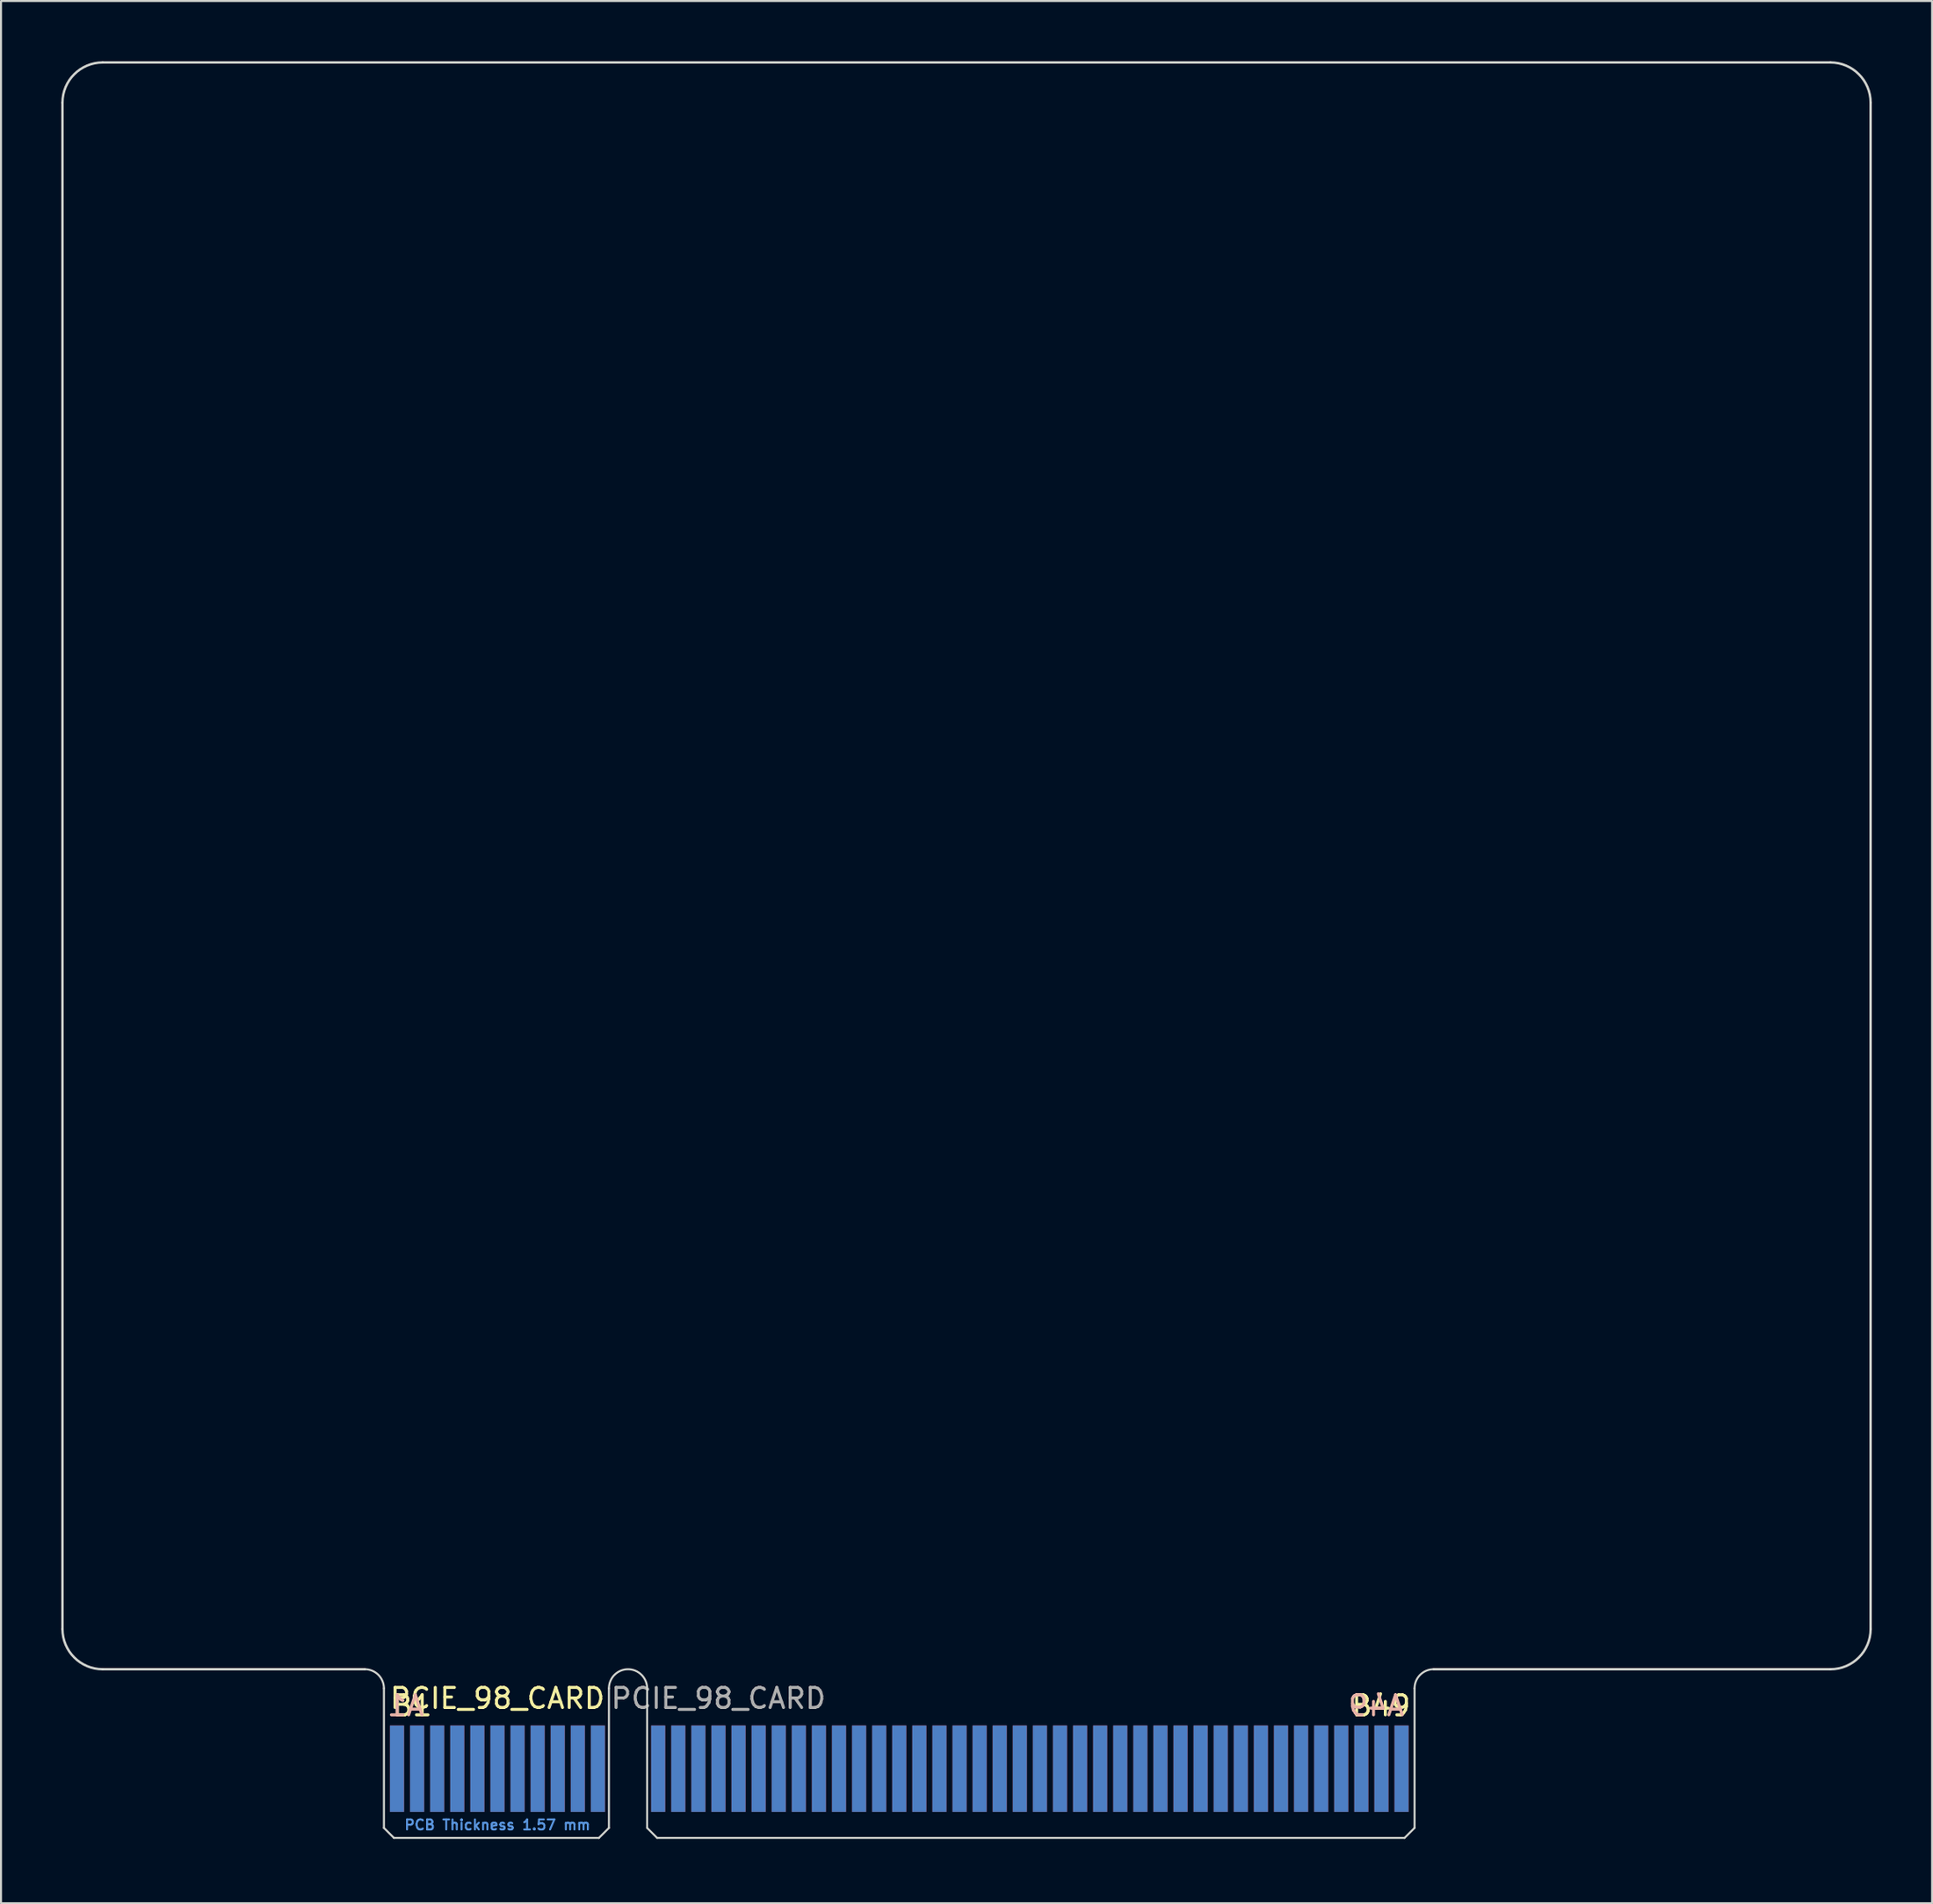
<source format=kicad_pcb>
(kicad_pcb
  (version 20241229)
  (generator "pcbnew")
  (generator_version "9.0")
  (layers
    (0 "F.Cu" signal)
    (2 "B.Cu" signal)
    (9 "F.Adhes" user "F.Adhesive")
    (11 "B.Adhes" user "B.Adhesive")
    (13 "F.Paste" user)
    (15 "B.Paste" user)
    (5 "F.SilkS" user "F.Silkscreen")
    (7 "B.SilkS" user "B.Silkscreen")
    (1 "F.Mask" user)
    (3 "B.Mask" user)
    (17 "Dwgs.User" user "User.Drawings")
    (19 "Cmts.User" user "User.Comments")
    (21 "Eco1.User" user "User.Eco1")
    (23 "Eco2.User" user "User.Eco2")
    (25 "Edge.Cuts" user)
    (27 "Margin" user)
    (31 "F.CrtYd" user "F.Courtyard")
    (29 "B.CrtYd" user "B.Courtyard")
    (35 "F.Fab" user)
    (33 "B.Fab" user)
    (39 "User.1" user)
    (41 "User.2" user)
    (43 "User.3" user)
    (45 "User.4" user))
  (footprint "PCIE_98_CARD"
    (layer "F.Cu")
    (at 28.21 88.46)
    (property "Reference" "PCIE_98_CARD" (at -6.5 -6.95 0) (layer "F.SilkS") (effects (font (size 1 1) (thickness 0.15))))
    (attr exclude_from_pos_files exclude_from_bom)
    (fp_line (start -28.15 -10.4) (end -28.15 -86.4) (stroke (width 0.12) (type default)) (layer "Edge.Cuts"))
    (fp_line (start -26.15 -88.4) (end 59.85 -88.4) (stroke (width 0.12) (type default)) (layer "Edge.Cuts"))
    (fp_line (start -13.1 -8.4) (end -26.15 -8.4) (stroke (width 0.12) (type default)) (layer "Edge.Cuts"))
    (fp_line (start -12.15 -7.45) (end -12.15 -0.5) (stroke (width 0.1) (type solid)) (layer "Edge.Cuts"))
    (fp_line (start -12.15 -0.5) (end -11.65 0) (stroke (width 0.1) (type solid)) (layer "Edge.Cuts"))
    (fp_line (start -11.65 0) (end -1.45 0) (stroke (width 0.1) (type solid)) (layer "Edge.Cuts"))
    (fp_line (start -0.95 -7.45) (end -0.95 -0.5) (stroke (width 0.1) (type solid)) (layer "Edge.Cuts"))
    (fp_line (start -0.95 -0.5) (end -1.45 0) (stroke (width 0.1) (type solid)) (layer "Edge.Cuts"))
    (fp_line (start 0.95 -7.45) (end 0.95 -0.5) (stroke (width 0.1) (type solid)) (layer "Edge.Cuts"))
    (fp_line (start 0.95 -0.5) (end 1.45 0) (stroke (width 0.1) (type solid)) (layer "Edge.Cuts"))
    (fp_line (start 1.45 0) (end 38.65 0) (stroke (width 0.1) (type solid)) (layer "Edge.Cuts"))
    (fp_line (start 39.15 -7.45) (end 39.15 -0.5) (stroke (width 0.1) (type solid)) (layer "Edge.Cuts"))
    (fp_line (start 39.15 -0.5) (end 38.65 0) (stroke (width 0.1) (type solid)) (layer "Edge.Cuts"))
    (fp_line (start 59.85 -8.4) (end 40.1 -8.4) (stroke (width 0.12) (type default)) (layer "Edge.Cuts"))
    (fp_line (start 61.85 -86.4) (end 61.85 -10.4) (stroke (width 0.12) (type default)) (layer "Edge.Cuts"))
    (fp_arc (start -28.15 -86.4) (mid -27.564214 -87.814214) (end -26.15 -88.4) (stroke (width 0.12) (type default)) (layer "Edge.Cuts"))
    (fp_arc (start -26.15 -8.4) (mid -27.564214 -8.985786) (end -28.15 -10.4) (stroke (width 0.12) (type default)) (layer "Edge.Cuts"))
    (fp_arc (start -13.1 -8.4) (mid -12.428248 -8.121752) (end -12.15 -7.45) (stroke (width 0.1) (type default)) (layer "Edge.Cuts"))
    (fp_arc (start -0.95 -7.45) (mid 0 -8.4) (end 0.95 -7.45) (stroke (width 0.1) (type solid)) (layer "Edge.Cuts"))
    (fp_arc (start 39.15 -7.45) (mid 39.428248 -8.121752) (end 40.1 -8.4) (stroke (width 0.1) (type default)) (layer "Edge.Cuts"))
    (fp_arc (start 59.85 -88.4) (mid 61.264214 -87.814214) (end 61.85 -86.4) (stroke (width 0.12) (type default)) (layer "Edge.Cuts"))
    (fp_arc (start 61.85 -10.4) (mid 61.264214 -8.985786) (end 59.85 -8.4) (stroke (width 0.12) (type default)) (layer "Edge.Cuts"))
    (fp_text user "B49" (at 35.93 -6 0) (unlocked yes) (layer "F.SilkS") (effects (font (size 1 1) (thickness 0.15)) (justify left bottom)))
    (fp_text user "B1" (at -11.82 -6 0) (unlocked yes) (layer "F.SilkS") (effects (font (size 1 1) (thickness 0.15)) (justify left bottom)))
    (fp_text user "A1" (at -10.06 -6 0) (unlocked yes) (layer "B.SilkS") (effects (font (size 1 1) (thickness 0.15)) (justify left bottom mirror)))
    (fp_text user "A49" (at 38.73 -6 0) (unlocked yes) (layer "B.SilkS") (effects (font (size 1 1) (thickness 0.15)) (justify left bottom mirror)))
    (fp_text user "PCB Thickness 1.57 mm" (at -6.5 -0.65 180) (layer "Cmts.User") (effects (font (size 0.5 0.5) (thickness 0.1))))
    (fp_text user "${REFERENCE}" (at 4.5 -6.95 0) (layer "F.Fab") (effects (font (size 1 1) (thickness 0.15))))
    (pad "A1" connect rect (at -11.5 -3.45) (size 0.7 4.3) (layers "B.Cu" "B.Mask"))
    (pad "A2" connect rect (at -10.5 -3.45) (size 0.7 4.3) (layers "B.Cu" "B.Mask"))
    (pad "A3" connect rect (at -9.5 -3.45) (size 0.7 4.3) (layers "B.Cu" "B.Mask"))
    (pad "A4" connect rect (at -8.5 -3.45) (size 0.7 4.3) (layers "B.Cu" "B.Mask"))
    (pad "A5" connect rect (at -7.5 -3.45) (size 0.7 4.3) (layers "B.Cu" "B.Mask"))
    (pad "A6" connect rect (at -6.5 -3.45) (size 0.7 4.3) (layers "B.Cu" "B.Mask"))
    (pad "A7" connect rect (at -5.5 -3.45) (size 0.7 4.3) (layers "B.Cu" "B.Mask"))
    (pad "A8" connect rect (at -4.5 -3.45) (size 0.7 4.3) (layers "B.Cu" "B.Mask"))
    (pad "A9" connect rect (at -3.5 -3.45) (size 0.7 4.3) (layers "B.Cu" "B.Mask"))
    (pad "A10" connect rect (at -2.5 -3.45) (size 0.7 4.3) (layers "B.Cu" "B.Mask"))
    (pad "A11" connect rect (at -1.5 -3.45) (size 0.7 4.3) (layers "B.Cu" "B.Mask"))
    (pad "A12" connect rect (at 1.5 -3.45) (size 0.7 4.3) (layers "B.Cu" "B.Mask"))
    (pad "A13" connect rect (at 2.5 -3.45) (size 0.7 4.3) (layers "B.Cu" "B.Mask"))
    (pad "A14" connect rect (at 3.5 -3.45) (size 0.7 4.3) (layers "B.Cu" "B.Mask"))
    (pad "A15" connect rect (at 4.5 -3.45) (size 0.7 4.3) (layers "B.Cu" "B.Mask"))
    (pad "A16" connect rect (at 5.5 -3.45) (size 0.7 4.3) (layers "B.Cu" "B.Mask"))
    (pad "A17" connect rect (at 6.5 -3.45) (size 0.7 4.3) (layers "B.Cu" "B.Mask"))
    (pad "A18" connect rect (at 7.5 -3.45) (size 0.7 4.3) (layers "B.Cu" "B.Mask"))
    (pad "A19" connect rect (at 8.5 -3.45) (size 0.7 4.3) (layers "B.Cu" "B.Mask"))
    (pad "A20" connect rect (at 9.5 -3.45) (size 0.7 4.3) (layers "B.Cu" "B.Mask"))
    (pad "A21" connect rect (at 10.5 -3.45) (size 0.7 4.3) (layers "B.Cu" "B.Mask"))
    (pad "A22" connect rect (at 11.5 -3.45) (size 0.7 4.3) (layers "B.Cu" "B.Mask"))
    (pad "A23" connect rect (at 12.5 -3.45) (size 0.7 4.3) (layers "B.Cu" "B.Mask"))
    (pad "A24" connect rect (at 13.5 -3.45) (size 0.7 4.3) (layers "B.Cu" "B.Mask"))
    (pad "A25" connect rect (at 14.5 -3.45) (size 0.7 4.3) (layers "B.Cu" "B.Mask"))
    (pad "A26" connect rect (at 15.5 -3.45) (size 0.7 4.3) (layers "B.Cu" "B.Mask"))
    (pad "A27" connect rect (at 16.5 -3.45) (size 0.7 4.3) (layers "B.Cu" "B.Mask"))
    (pad "A28" connect rect (at 17.5 -3.45) (size 0.7 4.3) (layers "B.Cu" "B.Mask"))
    (pad "A29" connect rect (at 18.5 -3.45) (size 0.7 4.3) (layers "B.Cu" "B.Mask"))
    (pad "A30" connect rect (at 19.5 -3.45) (size 0.7 4.3) (layers "B.Cu" "B.Mask"))
    (pad "A31" connect rect (at 20.5 -3.45) (size 0.7 4.3) (layers "B.Cu" "B.Mask"))
    (pad "A32" connect rect (at 21.5 -3.45) (size 0.7 4.3) (layers "B.Cu" "B.Mask"))
    (pad "A33" connect rect (at 22.5 -3.45) (size 0.7 4.3) (layers "B.Cu" "B.Mask"))
    (pad "A34" connect rect (at 23.5 -3.45) (size 0.7 4.3) (layers "B.Cu" "B.Mask"))
    (pad "A35" connect rect (at 24.5 -3.45) (size 0.7 4.3) (layers "B.Cu" "B.Mask"))
    (pad "A36" connect rect (at 25.5 -3.45) (size 0.7 4.3) (layers "B.Cu" "B.Mask"))
    (pad "A37" connect rect (at 26.5 -3.45) (size 0.7 4.3) (layers "B.Cu" "B.Mask"))
    (pad "A38" connect rect (at 27.5 -3.45) (size 0.7 4.3) (layers "B.Cu" "B.Mask"))
    (pad "A39" connect rect (at 28.5 -3.45) (size 0.7 4.3) (layers "B.Cu" "B.Mask"))
    (pad "A40" connect rect (at 29.5 -3.45) (size 0.7 4.3) (layers "B.Cu" "B.Mask"))
    (pad "A41" connect rect (at 30.5 -3.45) (size 0.7 4.3) (layers "B.Cu" "B.Mask"))
    (pad "A42" connect rect (at 31.5 -3.45) (size 0.7 4.3) (layers "B.Cu" "B.Mask"))
    (pad "A43" connect rect (at 32.5 -3.45) (size 0.7 4.3) (layers "B.Cu" "B.Mask"))
    (pad "A44" connect rect (at 33.5 -3.45) (size 0.7 4.3) (layers "B.Cu" "B.Mask"))
    (pad "A45" connect rect (at 34.5 -3.45) (size 0.7 4.3) (layers "B.Cu" "B.Mask"))
    (pad "A46" connect rect (at 35.5 -3.45) (size 0.7 4.3) (layers "B.Cu" "B.Mask"))
    (pad "A47" connect rect (at 36.5 -3.45) (size 0.7 4.3) (layers "B.Cu" "B.Mask"))
    (pad "A48" connect rect (at 37.5 -3.45) (size 0.7 4.3) (layers "B.Cu" "B.Mask"))
    (pad "A49" connect rect (at 38.5 -3.45) (size 0.7 4.3) (layers "B.Cu" "B.Mask"))
    (pad "B1" connect rect (at -11.5 -3.45) (size 0.7 4.3) (layers "F.Cu" "F.Mask"))
    (pad "B2" connect rect (at -10.5 -3.45) (size 0.7 4.3) (layers "F.Cu" "F.Mask"))
    (pad "B3" connect rect (at -9.5 -3.45) (size 0.7 4.3) (layers "F.Cu" "F.Mask"))
    (pad "B4" connect rect (at -8.5 -3.45) (size 0.7 4.3) (layers "F.Cu" "F.Mask"))
    (pad "B5" connect rect (at -7.5 -3.45) (size 0.7 4.3) (layers "F.Cu" "F.Mask"))
    (pad "B6" connect rect (at -6.5 -3.45) (size 0.7 4.3) (layers "F.Cu" "F.Mask"))
    (pad "B7" connect rect (at -5.5 -3.45) (size 0.7 4.3) (layers "F.Cu" "F.Mask"))
    (pad "B8" connect rect (at -4.5 -3.45) (size 0.7 4.3) (layers "F.Cu" "F.Mask"))
    (pad "B9" connect rect (at -3.5 -3.45) (size 0.7 4.3) (layers "F.Cu" "F.Mask"))
    (pad "B10" connect rect (at -2.5 -3.45) (size 0.7 4.3) (layers "F.Cu" "F.Mask"))
    (pad "B11" connect rect (at -1.5 -3.45) (size 0.7 4.3) (layers "F.Cu" "F.Mask"))
    (pad "B12" connect rect (at 1.5 -3.45) (size 0.7 4.3) (layers "F.Cu" "F.Mask"))
    (pad "B13" connect rect (at 2.5 -3.45) (size 0.7 4.3) (layers "F.Cu" "F.Mask"))
    (pad "B14" connect rect (at 3.5 -3.45) (size 0.7 4.3) (layers "F.Cu" "F.Mask"))
    (pad "B15" connect rect (at 4.5 -3.45) (size 0.7 4.3) (layers "F.Cu" "F.Mask"))
    (pad "B16" connect rect (at 5.5 -3.45) (size 0.7 4.3) (layers "F.Cu" "F.Mask"))
    (pad "B17" connect rect (at 6.5 -3.45) (size 0.7 4.3) (layers "F.Cu" "F.Mask"))
    (pad "B18" connect rect (at 7.5 -3.45) (size 0.7 4.3) (layers "F.Cu" "F.Mask"))
    (pad "B19" connect rect (at 8.5 -3.45) (size 0.7 4.3) (layers "F.Cu" "F.Mask"))
    (pad "B20" connect rect (at 9.5 -3.45) (size 0.7 4.3) (layers "F.Cu" "F.Mask"))
    (pad "B21" connect rect (at 10.5 -3.45) (size 0.7 4.3) (layers "F.Cu" "F.Mask"))
    (pad "B22" connect rect (at 11.5 -3.45) (size 0.7 4.3) (layers "F.Cu" "F.Mask"))
    (pad "B23" connect rect (at 12.5 -3.45) (size 0.7 4.3) (layers "F.Cu" "F.Mask"))
    (pad "B24" connect rect (at 13.5 -3.45) (size 0.7 4.3) (layers "F.Cu" "F.Mask"))
    (pad "B25" connect rect (at 14.5 -3.45) (size 0.7 4.3) (layers "F.Cu" "F.Mask"))
    (pad "B26" connect rect (at 15.5 -3.45) (size 0.7 4.3) (layers "F.Cu" "F.Mask"))
    (pad "B27" connect rect (at 16.5 -3.45) (size 0.7 4.3) (layers "F.Cu" "F.Mask"))
    (pad "B28" connect rect (at 17.5 -3.45) (size 0.7 4.3) (layers "F.Cu" "F.Mask"))
    (pad "B29" connect rect (at 18.5 -3.45) (size 0.7 4.3) (layers "F.Cu" "F.Mask"))
    (pad "B30" connect rect (at 19.5 -3.45) (size 0.7 4.3) (layers "F.Cu" "F.Mask"))
    (pad "B31" connect rect (at 20.5 -3.45) (size 0.7 4.3) (layers "F.Cu" "F.Mask"))
    (pad "B32" connect rect (at 21.5 -3.45) (size 0.7 4.3) (layers "F.Cu" "F.Mask"))
    (pad "B33" connect rect (at 22.5 -3.45) (size 0.7 4.3) (layers "F.Cu" "F.Mask"))
    (pad "B34" connect rect (at 23.5 -3.45) (size 0.7 4.3) (layers "F.Cu" "F.Mask"))
    (pad "B35" connect rect (at 24.5 -3.45) (size 0.7 4.3) (layers "F.Cu" "F.Mask"))
    (pad "B36" connect rect (at 25.5 -3.45) (size 0.7 4.3) (layers "F.Cu" "F.Mask"))
    (pad "B37" connect rect (at 26.5 -3.45) (size 0.7 4.3) (layers "F.Cu" "F.Mask"))
    (pad "B38" connect rect (at 27.5 -3.45) (size 0.7 4.3) (layers "F.Cu" "F.Mask"))
    (pad "B39" connect rect (at 28.5 -3.45) (size 0.7 4.3) (layers "F.Cu" "F.Mask"))
    (pad "B40" connect rect (at 29.5 -3.45) (size 0.7 4.3) (layers "F.Cu" "F.Mask"))
    (pad "B41" connect rect (at 30.5 -3.45) (size 0.7 4.3) (layers "F.Cu" "F.Mask"))
    (pad "B42" connect rect (at 31.5 -3.45) (size 0.7 4.3) (layers "F.Cu" "F.Mask"))
    (pad "B43" connect rect (at 32.5 -3.45) (size 0.7 4.3) (layers "F.Cu" "F.Mask"))
    (pad "B44" connect rect (at 33.5 -3.45) (size 0.7 4.3) (layers "F.Cu" "F.Mask"))
    (pad "B45" connect rect (at 34.5 -3.45) (size 0.7 4.3) (layers "F.Cu" "F.Mask"))
    (pad "B46" connect rect (at 35.5 -3.45) (size 0.7 4.3) (layers "F.Cu" "F.Mask"))
    (pad "B47" connect rect (at 36.5 -3.45) (size 0.7 4.3) (layers "F.Cu" "F.Mask"))
    (pad "B48" connect rect (at 37.5 -3.45) (size 0.7 4.3) (layers "F.Cu" "F.Mask"))
    (pad "B49" connect rect (at 38.5 -3.45) (size 0.7 4.3) (layers "F.Cu" "F.Mask")))
  (gr_rect
    (start -3 -3)
    (end 93.12 91.71)
    (stroke (width 0.1) (type default))
    (fill no)
    (layer "Edge.Cuts")))
</source>
